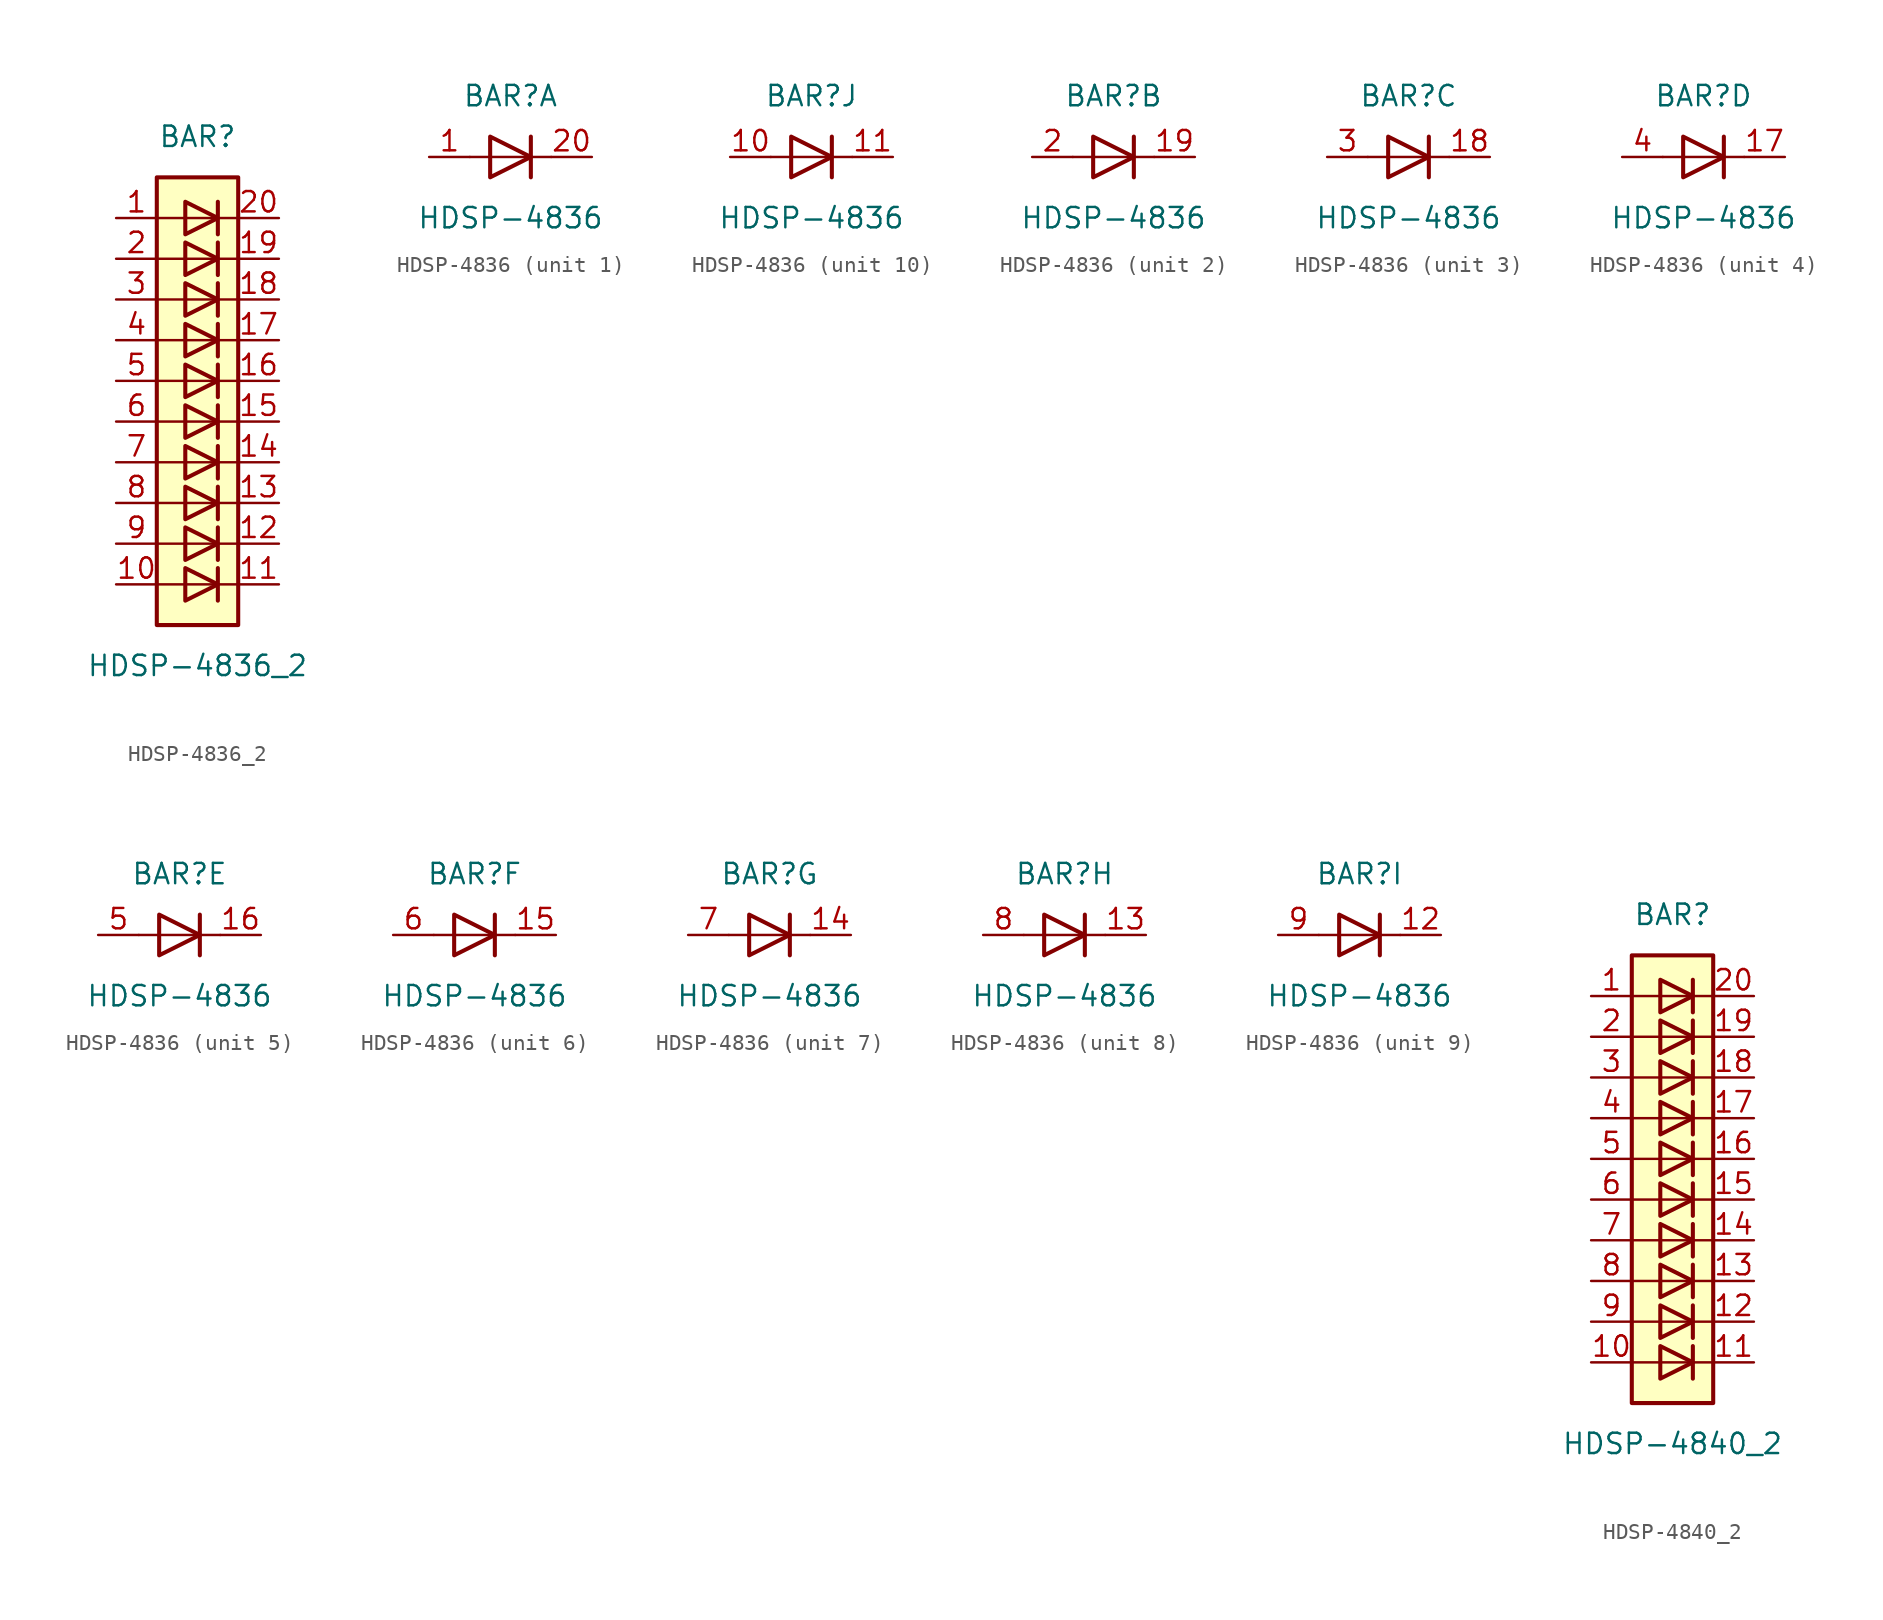
<source format=kicad_sym>
(kicad_symbol_lib
  (version 20220914)
  (generator kicad_symbol_editor)
  (symbol "HDSP-4836_2"
    (pin_names
      (offset 1.016) hide)
    (property "Reference" "BAR"
      (at 0 15.24 0)
      (effects (font (size 1.27 1.27))))
    (property "Value" "HDSP-4836_2"
      (at 0 -17.78 0)
      (effects (font (size 1.27 1.27))))
    (symbol "HDSP-4836_2_0_1"
      (rectangle (start -2.54 12.7) (end 2.54 -15.24) (stroke (width 0.254) (type solid)) (fill (type background)))
      (polyline (pts (xy -2.54 -12.7) (xy 2.54 -12.7)) (stroke (width 0) (type solid)) (fill (type none)))
      (polyline (pts (xy -2.54 -10.16) (xy 2.54 -10.16)) (stroke (width 0) (type solid)) (fill (type none)))
      (polyline (pts (xy -2.54 -7.62) (xy 2.54 -7.62)) (stroke (width 0) (type solid)) (fill (type none)))
      (polyline (pts (xy -2.54 -5.08) (xy 2.54 -5.08)) (stroke (width 0) (type solid)) (fill (type none)))
      (polyline (pts (xy -2.54 0) (xy 2.54 0)) (stroke (width 0) (type solid)) (fill (type none)))
      (polyline (pts (xy -2.54 5.08) (xy 2.54 5.08)) (stroke (width 0) (type solid)) (fill (type none)))
      (polyline (pts (xy -2.54 7.62) (xy 2.54 7.62)) (stroke (width 0) (type solid)) (fill (type none)))
      (polyline (pts (xy -2.54 10.16) (xy 2.54 10.16)) (stroke (width 0) (type solid)) (fill (type none)))
      (polyline (pts (xy 1.27 -11.684) (xy 1.27 -13.716)) (stroke (width 0.254) (type solid)) (fill (type none)))
      (polyline (pts (xy 1.27 -9.144) (xy 1.27 -11.176)) (stroke (width 0.254) (type solid)) (fill (type none)))
      (polyline (pts (xy 1.27 -6.604) (xy 1.27 -8.636)) (stroke (width 0.254) (type solid)) (fill (type none)))
      (polyline (pts (xy 1.27 -4.064) (xy 1.27 -6.096)) (stroke (width 0.254) (type solid)) (fill (type none)))
      (polyline (pts (xy 1.27 -1.524) (xy 1.27 -3.556)) (stroke (width 0.254) (type solid)) (fill (type none)))
      (polyline (pts (xy 1.27 1.016) (xy 1.27 -1.016)) (stroke (width 0.254) (type solid)) (fill (type none)))
      (polyline (pts (xy 1.27 3.556) (xy 1.27 1.524)) (stroke (width 0.254) (type solid)) (fill (type none)))
      (polyline (pts (xy 1.27 6.096) (xy 1.27 4.064)) (stroke (width 0.254) (type solid)) (fill (type none)))
      (polyline (pts (xy 1.27 8.636) (xy 1.27 6.604)) (stroke (width 0.254) (type solid)) (fill (type none)))
      (polyline (pts (xy 1.27 11.176) (xy 1.27 9.144)) (stroke (width 0.254) (type solid)) (fill (type none)))
      (polyline (pts (xy 2.54 -2.54) (xy -2.54 -2.54)) (stroke (width 0) (type solid)) (fill (type none)))
      (polyline (pts (xy 2.54 2.54) (xy -2.54 2.54)) (stroke (width 0) (type solid)) (fill (type none)))
      (polyline (pts (xy -0.762 -11.684) (xy -0.762 -13.716) (xy 1.27 -12.7) (xy -0.762 -11.684)) (stroke (width 0.254) (type solid)) (fill (type none)))
      (polyline (pts (xy -0.762 -9.144) (xy -0.762 -11.176) (xy 1.27 -10.16) (xy -0.762 -9.144)) (stroke (width 0.254) (type solid)) (fill (type none)))
      (polyline (pts (xy -0.762 -6.604) (xy -0.762 -8.636) (xy 1.27 -7.62) (xy -0.762 -6.604)) (stroke (width 0.254) (type solid)) (fill (type none)))
      (polyline (pts (xy -0.762 -4.064) (xy -0.762 -6.096) (xy 1.27 -5.08) (xy -0.762 -4.064)) (stroke (width 0.254) (type solid)) (fill (type none)))
      (polyline (pts (xy -0.762 -1.524) (xy -0.762 -3.556) (xy 1.27 -2.54) (xy -0.762 -1.524)) (stroke (width 0.254) (type solid)) (fill (type none)))
      (polyline (pts (xy -0.762 1.016) (xy -0.762 -1.016) (xy 1.27 0) (xy -0.762 1.016)) (stroke (width 0.254) (type solid)) (fill (type none)))
      (polyline (pts (xy -0.762 3.556) (xy -0.762 1.524) (xy 1.27 2.54) (xy -0.762 3.556)) (stroke (width 0.254) (type solid)) (fill (type none)))
      (polyline (pts (xy -0.762 6.096) (xy -0.762 4.064) (xy 1.27 5.08) (xy -0.762 6.096)) (stroke (width 0.254) (type solid)) (fill (type none)))
      (polyline (pts (xy -0.762 8.636) (xy -0.762 6.604) (xy 1.27 7.62) (xy -0.762 8.636)) (stroke (width 0.254) (type solid)) (fill (type none)))
      (polyline (pts (xy -0.762 11.176) (xy -0.762 9.144) (xy 1.27 10.16) (xy -0.762 11.176)) (stroke (width 0.254) (type solid)) (fill (type none))))
    (symbol "HDSP-4836_2_1_1"
      (pin passive line (at -5.08 10.16 0) (length 2.54) (name "A" (effects (font (size 1.27 1.27)))) (number "1" (effects (font (size 1.27 1.27)))))
      (pin passive line (at -5.08 -12.7 0) (length 2.54) (name "A" (effects (font (size 1.27 1.27)))) (number "10" (effects (font (size 1.27 1.27)))))
      (pin passive line (at 5.08 -12.7 180) (length 2.54) (name "K" (effects (font (size 1.27 1.27)))) (number "11" (effects (font (size 1.27 1.27)))))
      (pin passive line (at 5.08 -10.16 180) (length 2.54) (name "K" (effects (font (size 1.27 1.27)))) (number "12" (effects (font (size 1.27 1.27)))))
      (pin passive line (at 5.08 -7.62 180) (length 2.54) (name "K" (effects (font (size 1.27 1.27)))) (number "13" (effects (font (size 1.27 1.27)))))
      (pin passive line (at 5.08 -5.08 180) (length 2.54) (name "K" (effects (font (size 1.27 1.27)))) (number "14" (effects (font (size 1.27 1.27)))))
      (pin passive line (at 5.08 -2.54 180) (length 2.54) (name "K" (effects (font (size 1.27 1.27)))) (number "15" (effects (font (size 1.27 1.27)))))
      (pin passive line (at 5.08 0 180) (length 2.54) (name "K" (effects (font (size 1.27 1.27)))) (number "16" (effects (font (size 1.27 1.27)))))
      (pin passive line (at 5.08 2.54 180) (length 2.54) (name "K" (effects (font (size 1.27 1.27)))) (number "17" (effects (font (size 1.27 1.27)))))
      (pin passive line (at 5.08 5.08 180) (length 2.54) (name "K" (effects (font (size 1.27 1.27)))) (number "18" (effects (font (size 1.27 1.27)))))
      (pin passive line (at 5.08 7.62 180) (length 2.54) (name "K" (effects (font (size 1.27 1.27)))) (number "19" (effects (font (size 1.27 1.27)))))
      (pin passive line (at -5.08 7.62 0) (length 2.54) (name "A" (effects (font (size 1.27 1.27)))) (number "2" (effects (font (size 1.27 1.27)))))
      (pin passive line (at 5.08 10.16 180) (length 2.54) (name "K" (effects (font (size 1.27 1.27)))) (number "20" (effects (font (size 1.27 1.27)))))
      (pin passive line (at -5.08 5.08 0) (length 2.54) (name "A" (effects (font (size 1.27 1.27)))) (number "3" (effects (font (size 1.27 1.27)))))
      (pin passive line (at -5.08 2.54 0) (length 2.54) (name "A" (effects (font (size 1.27 1.27)))) (number "4" (effects (font (size 1.27 1.27)))))
      (pin passive line (at -5.08 0 0) (length 2.54) (name "A" (effects (font (size 1.27 1.27)))) (number "5" (effects (font (size 1.27 1.27)))))
      (pin passive line (at -5.08 -2.54 0) (length 2.54) (name "A" (effects (font (size 1.27 1.27)))) (number "6" (effects (font (size 1.27 1.27)))))
      (pin passive line (at -5.08 -5.08 0) (length 2.54) (name "A" (effects (font (size 1.27 1.27)))) (number "7" (effects (font (size 1.27 1.27)))))
      (pin passive line (at -5.08 -7.62 0) (length 2.54) (name "A" (effects (font (size 1.27 1.27)))) (number "8" (effects (font (size 1.27 1.27)))))
      (pin passive line (at -5.08 -10.16 0) (length 2.54) (name "A" (effects (font (size 1.27 1.27)))) (number "9" (effects (font (size 1.27 1.27)))))))
  (symbol "HDSP-4836"
    (pin_names
      (offset 1.016) hide)
    (property "Reference" "BAR"
      (at 0 3.81 0)
      (effects (font (size 1.27 1.27))))
    (property "Value" "HDSP-4836"
      (at 0 -3.81 0)
      (effects (font (size 1.27 1.27))))
    (symbol "HDSP-4836_0_1"
      (polyline (pts (xy -2.54 0) (xy 2.54 0)) (stroke (width 0) (type solid)) (fill (type none)))
      (polyline (pts (xy 1.27 -1.27) (xy 1.27 1.27)) (stroke (width 0.254) (type solid)) (fill (type none)))
      (polyline (pts (xy -1.27 1.27) (xy -1.27 -1.27) (xy 1.27 0) (xy -1.27 1.27)) (stroke (width 0.254) (type solid)) (fill (type none))))
    (symbol "HDSP-4836_1_1"
      (pin passive line (at -5.08 0 0) (length 2.54) (name "A" (effects (font (size 1.27 1.27)))) (number "1" (effects (font (size 1.27 1.27)))))
      (pin passive line (at 5.08 0 180) (length 2.54) (name "K" (effects (font (size 1.27 1.27)))) (number "20" (effects (font (size 1.27 1.27))))))
    (symbol "HDSP-4836_2_1"
      (pin passive line (at 5.08 0 180) (length 2.54) (name "K" (effects (font (size 1.27 1.27)))) (number "19" (effects (font (size 1.27 1.27)))))
      (pin passive line (at -5.08 0 0) (length 2.54) (name "A" (effects (font (size 1.27 1.27)))) (number "2" (effects (font (size 1.27 1.27))))))
    (symbol "HDSP-4836_3_1"
      (pin passive line (at 5.08 0 180) (length 2.54) (name "K" (effects (font (size 1.27 1.27)))) (number "18" (effects (font (size 1.27 1.27)))))
      (pin passive line (at -5.08 0 0) (length 2.54) (name "A" (effects (font (size 1.27 1.27)))) (number "3" (effects (font (size 1.27 1.27))))))
    (symbol "HDSP-4836_4_1"
      (pin passive line (at 5.08 0 180) (length 2.54) (name "K" (effects (font (size 1.27 1.27)))) (number "17" (effects (font (size 1.27 1.27)))))
      (pin passive line (at -5.08 0 0) (length 2.54) (name "A" (effects (font (size 1.27 1.27)))) (number "4" (effects (font (size 1.27 1.27))))))
    (symbol "HDSP-4836_5_1"
      (pin passive line (at 5.08 0 180) (length 2.54) (name "K" (effects (font (size 1.27 1.27)))) (number "16" (effects (font (size 1.27 1.27)))))
      (pin passive line (at -5.08 0 0) (length 2.54) (name "A" (effects (font (size 1.27 1.27)))) (number "5" (effects (font (size 1.27 1.27))))))
    (symbol "HDSP-4836_6_1"
      (pin passive line (at 5.08 0 180) (length 2.54) (name "K" (effects (font (size 1.27 1.27)))) (number "15" (effects (font (size 1.27 1.27)))))
      (pin passive line (at -5.08 0 0) (length 2.54) (name "A" (effects (font (size 1.27 1.27)))) (number "6" (effects (font (size 1.27 1.27))))))
    (symbol "HDSP-4836_7_1"
      (pin passive line (at 5.08 0 180) (length 2.54) (name "K" (effects (font (size 1.27 1.27)))) (number "14" (effects (font (size 1.27 1.27)))))
      (pin passive line (at -5.08 0 0) (length 2.54) (name "A" (effects (font (size 1.27 1.27)))) (number "7" (effects (font (size 1.27 1.27))))))
    (symbol "HDSP-4836_8_1"
      (pin passive line (at 5.08 0 180) (length 2.54) (name "K" (effects (font (size 1.27 1.27)))) (number "13" (effects (font (size 1.27 1.27)))))
      (pin passive line (at -5.08 0 0) (length 2.54) (name "A" (effects (font (size 1.27 1.27)))) (number "8" (effects (font (size 1.27 1.27))))))
    (symbol "HDSP-4836_9_1"
      (pin passive line (at 5.08 0 180) (length 2.54) (name "K" (effects (font (size 1.27 1.27)))) (number "12" (effects (font (size 1.27 1.27)))))
      (pin passive line (at -5.08 0 0) (length 2.54) (name "A" (effects (font (size 1.27 1.27)))) (number "9" (effects (font (size 1.27 1.27))))))
    (symbol "HDSP-4836_10_1"
      (pin passive line (at -5.08 0 0) (length 2.54) (name "A" (effects (font (size 1.27 1.27)))) (number "10" (effects (font (size 1.27 1.27)))))
      (pin passive line (at 5.08 0 180) (length 2.54) (name "K" (effects (font (size 1.27 1.27)))) (number "11" (effects (font (size 1.27 1.27)))))))
  (symbol "HDSP-4840_2"
    (pin_names
      (offset 1.016) hide)
    (property "Reference" "BAR"
      (at 0 15.24 0)
      (effects (font (size 1.27 1.27))))
    (property "Value" "HDSP-4840_2"
      (at 0 -17.78 0)
      (effects (font (size 1.27 1.27))))
    (symbol "HDSP-4840_2_0_1"
      (rectangle (start -2.54 12.7) (end 2.54 -15.24) (stroke (width 0.254) (type solid)) (fill (type background)))
      (polyline (pts (xy -2.54 -12.7) (xy 2.54 -12.7)) (stroke (width 0) (type solid)) (fill (type none)))
      (polyline (pts (xy -2.54 -10.16) (xy 2.54 -10.16)) (stroke (width 0) (type solid)) (fill (type none)))
      (polyline (pts (xy -2.54 -7.62) (xy 2.54 -7.62)) (stroke (width 0) (type solid)) (fill (type none)))
      (polyline (pts (xy -2.54 -5.08) (xy 2.54 -5.08)) (stroke (width 0) (type solid)) (fill (type none)))
      (polyline (pts (xy -2.54 0) (xy 2.54 0)) (stroke (width 0) (type solid)) (fill (type none)))
      (polyline (pts (xy -2.54 5.08) (xy 2.54 5.08)) (stroke (width 0) (type solid)) (fill (type none)))
      (polyline (pts (xy -2.54 7.62) (xy 2.54 7.62)) (stroke (width 0) (type solid)) (fill (type none)))
      (polyline (pts (xy -2.54 10.16) (xy 2.54 10.16)) (stroke (width 0) (type solid)) (fill (type none)))
      (polyline (pts (xy 1.27 -11.684) (xy 1.27 -13.716)) (stroke (width 0.254) (type solid)) (fill (type none)))
      (polyline (pts (xy 1.27 -9.144) (xy 1.27 -11.176)) (stroke (width 0.254) (type solid)) (fill (type none)))
      (polyline (pts (xy 1.27 -6.604) (xy 1.27 -8.636)) (stroke (width 0.254) (type solid)) (fill (type none)))
      (polyline (pts (xy 1.27 -4.064) (xy 1.27 -6.096)) (stroke (width 0.254) (type solid)) (fill (type none)))
      (polyline (pts (xy 1.27 -1.524) (xy 1.27 -3.556)) (stroke (width 0.254) (type solid)) (fill (type none)))
      (polyline (pts (xy 1.27 1.016) (xy 1.27 -1.016)) (stroke (width 0.254) (type solid)) (fill (type none)))
      (polyline (pts (xy 1.27 3.556) (xy 1.27 1.524)) (stroke (width 0.254) (type solid)) (fill (type none)))
      (polyline (pts (xy 1.27 6.096) (xy 1.27 4.064)) (stroke (width 0.254) (type solid)) (fill (type none)))
      (polyline (pts (xy 1.27 8.636) (xy 1.27 6.604)) (stroke (width 0.254) (type solid)) (fill (type none)))
      (polyline (pts (xy 1.27 11.176) (xy 1.27 9.144)) (stroke (width 0.254) (type solid)) (fill (type none)))
      (polyline (pts (xy 2.54 -2.54) (xy -2.54 -2.54)) (stroke (width 0) (type solid)) (fill (type none)))
      (polyline (pts (xy 2.54 2.54) (xy -2.54 2.54)) (stroke (width 0) (type solid)) (fill (type none)))
      (polyline (pts (xy -0.762 -11.684) (xy -0.762 -13.716) (xy 1.27 -12.7) (xy -0.762 -11.684)) (stroke (width 0.254) (type solid)) (fill (type none)))
      (polyline (pts (xy -0.762 -9.144) (xy -0.762 -11.176) (xy 1.27 -10.16) (xy -0.762 -9.144)) (stroke (width 0.254) (type solid)) (fill (type none)))
      (polyline (pts (xy -0.762 -6.604) (xy -0.762 -8.636) (xy 1.27 -7.62) (xy -0.762 -6.604)) (stroke (width 0.254) (type solid)) (fill (type none)))
      (polyline (pts (xy -0.762 -4.064) (xy -0.762 -6.096) (xy 1.27 -5.08) (xy -0.762 -4.064)) (stroke (width 0.254) (type solid)) (fill (type none)))
      (polyline (pts (xy -0.762 -1.524) (xy -0.762 -3.556) (xy 1.27 -2.54) (xy -0.762 -1.524)) (stroke (width 0.254) (type solid)) (fill (type none)))
      (polyline (pts (xy -0.762 1.016) (xy -0.762 -1.016) (xy 1.27 0) (xy -0.762 1.016)) (stroke (width 0.254) (type solid)) (fill (type none)))
      (polyline (pts (xy -0.762 3.556) (xy -0.762 1.524) (xy 1.27 2.54) (xy -0.762 3.556)) (stroke (width 0.254) (type solid)) (fill (type none)))
      (polyline (pts (xy -0.762 6.096) (xy -0.762 4.064) (xy 1.27 5.08) (xy -0.762 6.096)) (stroke (width 0.254) (type solid)) (fill (type none)))
      (polyline (pts (xy -0.762 8.636) (xy -0.762 6.604) (xy 1.27 7.62) (xy -0.762 8.636)) (stroke (width 0.254) (type solid)) (fill (type none)))
      (polyline (pts (xy -0.762 11.176) (xy -0.762 9.144) (xy 1.27 10.16) (xy -0.762 11.176)) (stroke (width 0.254) (type solid)) (fill (type none))))
    (symbol "HDSP-4840_2_1_1"
      (pin passive line (at -5.08 10.16 0) (length 2.54) (name "A" (effects (font (size 1.27 1.27)))) (number "1" (effects (font (size 1.27 1.27)))))
      (pin passive line (at -5.08 -12.7 0) (length 2.54) (name "A" (effects (font (size 1.27 1.27)))) (number "10" (effects (font (size 1.27 1.27)))))
      (pin passive line (at 5.08 -12.7 180) (length 2.54) (name "K" (effects (font (size 1.27 1.27)))) (number "11" (effects (font (size 1.27 1.27)))))
      (pin passive line (at 5.08 -10.16 180) (length 2.54) (name "K" (effects (font (size 1.27 1.27)))) (number "12" (effects (font (size 1.27 1.27)))))
      (pin passive line (at 5.08 -7.62 180) (length 2.54) (name "K" (effects (font (size 1.27 1.27)))) (number "13" (effects (font (size 1.27 1.27)))))
      (pin passive line (at 5.08 -5.08 180) (length 2.54) (name "K" (effects (font (size 1.27 1.27)))) (number "14" (effects (font (size 1.27 1.27)))))
      (pin passive line (at 5.08 -2.54 180) (length 2.54) (name "K" (effects (font (size 1.27 1.27)))) (number "15" (effects (font (size 1.27 1.27)))))
      (pin passive line (at 5.08 0 180) (length 2.54) (name "K" (effects (font (size 1.27 1.27)))) (number "16" (effects (font (size 1.27 1.27)))))
      (pin passive line (at 5.08 2.54 180) (length 2.54) (name "K" (effects (font (size 1.27 1.27)))) (number "17" (effects (font (size 1.27 1.27)))))
      (pin passive line (at 5.08 5.08 180) (length 2.54) (name "K" (effects (font (size 1.27 1.27)))) (number "18" (effects (font (size 1.27 1.27)))))
      (pin passive line (at 5.08 7.62 180) (length 2.54) (name "K" (effects (font (size 1.27 1.27)))) (number "19" (effects (font (size 1.27 1.27)))))
      (pin passive line (at -5.08 7.62 0) (length 2.54) (name "A" (effects (font (size 1.27 1.27)))) (number "2" (effects (font (size 1.27 1.27)))))
      (pin passive line (at 5.08 10.16 180) (length 2.54) (name "K" (effects (font (size 1.27 1.27)))) (number "20" (effects (font (size 1.27 1.27)))))
      (pin passive line (at -5.08 5.08 0) (length 2.54) (name "A" (effects (font (size 1.27 1.27)))) (number "3" (effects (font (size 1.27 1.27)))))
      (pin passive line (at -5.08 2.54 0) (length 2.54) (name "A" (effects (font (size 1.27 1.27)))) (number "4" (effects (font (size 1.27 1.27)))))
      (pin passive line (at -5.08 0 0) (length 2.54) (name "A" (effects (font (size 1.27 1.27)))) (number "5" (effects (font (size 1.27 1.27)))))
      (pin passive line (at -5.08 -2.54 0) (length 2.54) (name "A" (effects (font (size 1.27 1.27)))) (number "6" (effects (font (size 1.27 1.27)))))
      (pin passive line (at -5.08 -5.08 0) (length 2.54) (name "A" (effects (font (size 1.27 1.27)))) (number "7" (effects (font (size 1.27 1.27)))))
      (pin passive line (at -5.08 -7.62 0) (length 2.54) (name "A" (effects (font (size 1.27 1.27)))) (number "8" (effects (font (size 1.27 1.27)))))
      (pin passive line (at -5.08 -10.16 0) (length 2.54) (name "A" (effects (font (size 1.27 1.27)))) (number "9" (effects (font (size 1.27 1.27))))))))
</source>
